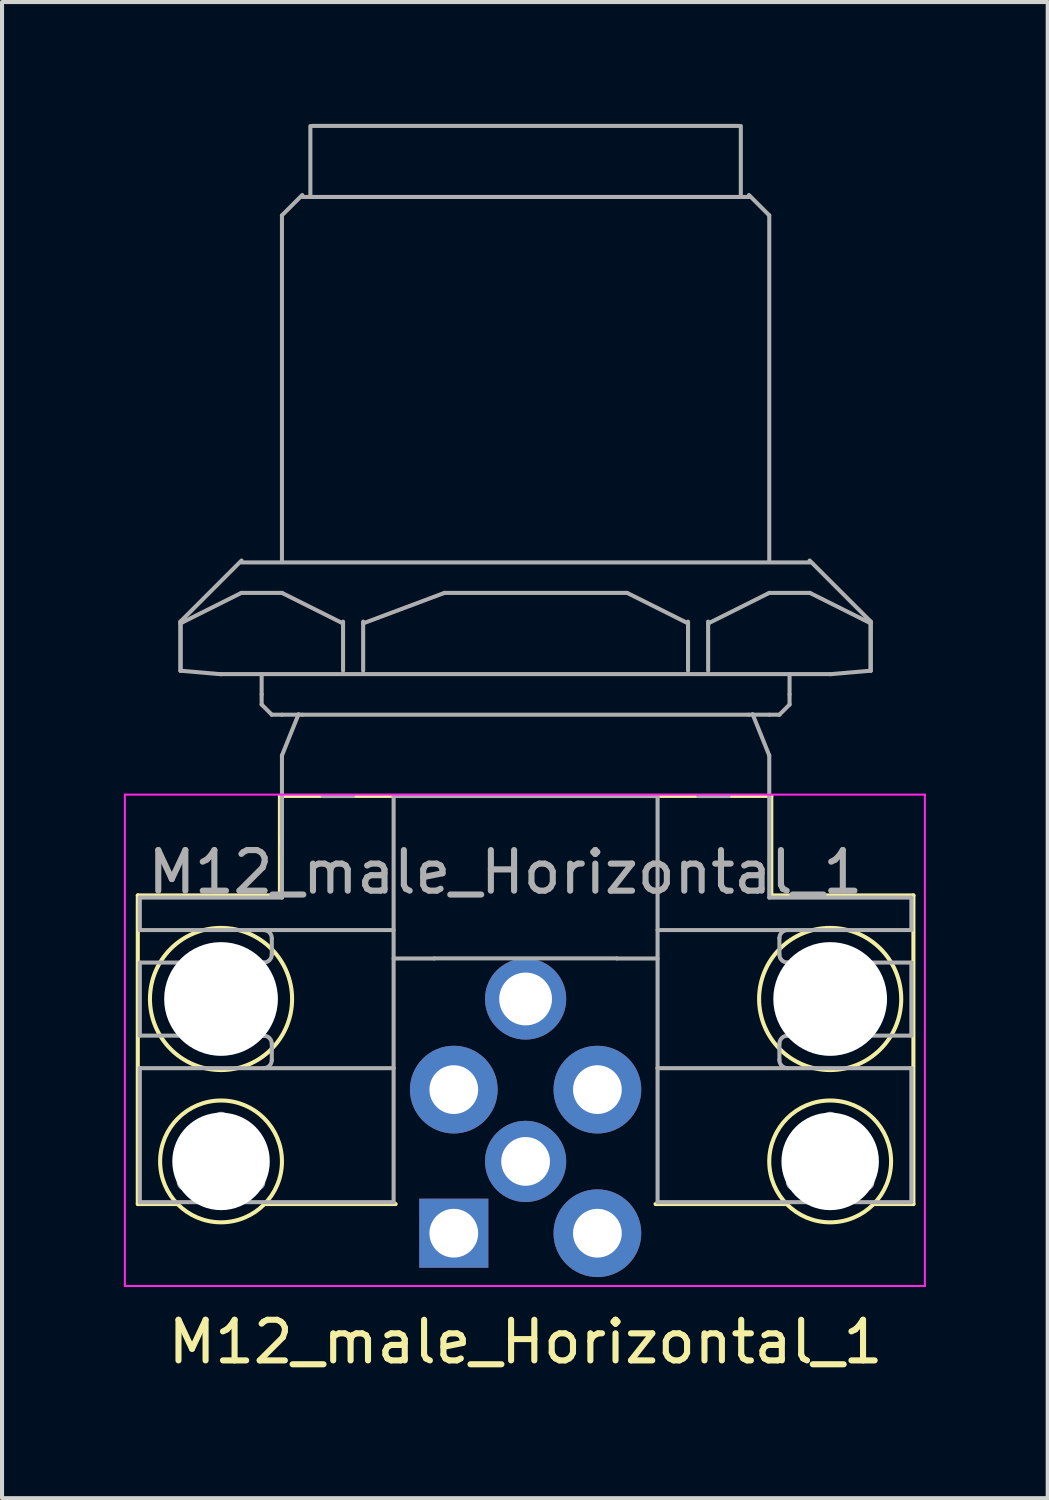
<source format=kicad_pcb>
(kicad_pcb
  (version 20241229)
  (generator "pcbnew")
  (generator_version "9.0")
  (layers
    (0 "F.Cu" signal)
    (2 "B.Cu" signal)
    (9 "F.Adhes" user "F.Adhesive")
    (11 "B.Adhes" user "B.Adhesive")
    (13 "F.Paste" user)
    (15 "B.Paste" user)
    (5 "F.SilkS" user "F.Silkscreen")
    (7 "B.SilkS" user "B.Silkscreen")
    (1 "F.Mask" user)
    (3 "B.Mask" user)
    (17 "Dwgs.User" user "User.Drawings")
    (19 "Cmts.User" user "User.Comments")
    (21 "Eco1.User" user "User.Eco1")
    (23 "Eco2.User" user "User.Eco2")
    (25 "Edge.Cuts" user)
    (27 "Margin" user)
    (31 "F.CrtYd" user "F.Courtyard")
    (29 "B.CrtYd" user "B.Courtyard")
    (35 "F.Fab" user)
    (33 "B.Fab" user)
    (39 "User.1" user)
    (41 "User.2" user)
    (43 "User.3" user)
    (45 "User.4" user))
  (footprint "M12_male_Horizontal_1"
    (layer "F.Cu")
    (at 8.125 27.318)
    (property "Reference" "M12_male_Horizontal_1" (at 1.768 2.677 0) (layer "F.SilkS") (effects (font (size 1 1) (thickness 0.15))))
    (attr through_hole)
    (fp_line (start -7.782 -8.318) (end -7.782 -0.718) (stroke (width 0.1) (type solid)) (layer "F.SilkS"))
    (fp_line (start -7.782 -0.718) (end -6.832 -0.718) (stroke (width 0.1) (type solid)) (layer "F.SilkS"))
    (fp_line (start -4.282 -10.768) (end -4.282 -8.318) (stroke (width 0.1) (type solid)) (layer "F.SilkS"))
    (fp_line (start -4.282 -10.768) (end 7.818 -10.768) (stroke (width 0.1) (type solid)) (layer "F.SilkS"))
    (fp_line (start -4.282 -8.318) (end -7.782 -8.318) (stroke (width 0.1) (type solid)) (layer "F.SilkS"))
    (fp_line (start -1.432 -0.718) (end -4.632 -0.718) (stroke (width 0.1) (type solid)) (layer "F.SilkS"))
    (fp_line (start 4.968 -0.718) (end 8.168 -0.718) (stroke (width 0.1) (type solid)) (layer "F.SilkS"))
    (fp_line (start 7.818 -10.768) (end 7.818 -8.318) (stroke (width 0.1) (type solid)) (layer "F.SilkS"))
    (fp_line (start 7.818 -8.318) (end 11.318 -8.318) (stroke (width 0.1) (type solid)) (layer "F.SilkS"))
    (fp_line (start 11.318 -8.318) (end 11.318 -0.718) (stroke (width 0.1) (type solid)) (layer "F.SilkS"))
    (fp_line (start 11.318 -0.718) (end 10.368 -0.718) (stroke (width 0.1) (type solid)) (layer "F.SilkS"))
    (fp_circle (center -5.732 -5.768) (end -5.732 -7.518) (stroke (width 0.1) (type solid)) (fill no) (layer "F.SilkS"))
    (fp_circle (center -5.732 -1.768) (end -5.732 -3.268) (stroke (width 0.1) (type solid)) (fill no) (layer "F.SilkS"))
    (fp_circle (center 9.268 -5.768) (end 9.268 -7.518) (stroke (width 0.1) (type solid)) (fill no) (layer "F.SilkS"))
    (fp_circle (center 9.268 -1.768) (end 9.268 -3.268) (stroke (width 0.1) (type solid)) (fill no) (layer "F.SilkS"))
    (fp_line (start -8.1 -10.8) (end 11.6 -10.8) (stroke (width 0.05) (type solid)) (layer "F.CrtYd"))
    (fp_line (start -8.1 1.3) (end -8.1 -10.8) (stroke (width 0.05) (type solid)) (layer "F.CrtYd"))
    (fp_line (start 11.6 -10.8) (end 11.6 1.3) (stroke (width 0.05) (type solid)) (layer "F.CrtYd"))
    (fp_line (start 11.6 1.3) (end -8.1 1.3) (stroke (width 0.05) (type solid)) (layer "F.CrtYd"))
    (fp_line (start -7.732 -8.265) (end -7.732 -7.465) (stroke (width 0.1) (type solid)) (layer "F.Fab"))
    (fp_line (start -7.732 -8.265) (end -4.232 -8.265) (stroke (width 0.1) (type solid)) (layer "F.Fab"))
    (fp_line (start -7.732 -7.465) (end -1.482 -7.465) (stroke (width 0.1) (type solid)) (layer "F.Fab"))
    (fp_line (start -7.732 -6.665) (end -7.732 -4.865) (stroke (width 0.1) (type solid)) (layer "F.Fab"))
    (fp_line (start -7.732 -4.865) (end -4.916 -4.865) (stroke (width 0.1) (type solid)) (layer "F.Fab"))
    (fp_line (start -7.732 -4.065) (end -7.732 -0.765) (stroke (width 0.1) (type solid)) (layer "F.Fab"))
    (fp_line (start -7.732 -0.765) (end -5.732 -0.765) (stroke (width 0.1) (type solid)) (layer "F.Fab"))
    (fp_line (start -6.732 -15.06) (end -6.732 -13.852) (stroke (width 0.1) (type solid)) (layer "F.Fab"))
    (fp_line (start -6.732 -15.018) (end -5.232 -15.768) (stroke (width 0.1) (type solid)) (layer "F.Fab"))
    (fp_line (start -6.727 -15.06) (end -6.727 -13.852) (stroke (width 0.1) (type solid)) (layer "F.Fab"))
    (fp_line (start -5.732 -13.768) (end 9.268 -13.768) (stroke (width 0.1) (type solid)) (layer "F.Fab"))
    (fp_line (start -5.732 -13.765) (end -6.732 -13.852) (stroke (width 0.1) (type solid)) (layer "F.Fab"))
    (fp_line (start -5.732 -0.765) (end -1.482 -0.765) (stroke (width 0.1) (type solid)) (layer "F.Fab"))
    (fp_line (start -5.232 -16.518) (end 8.768 -16.518) (stroke (width 0.1) (type solid)) (layer "F.Fab"))
    (fp_line (start -5.232 -15.768) (end -4.232 -15.768) (stroke (width 0.1) (type solid)) (layer "F.Fab"))
    (fp_line (start -5.227 -16.565) (end -6.732 -15.06) (stroke (width 0.1) (type solid)) (layer "F.Fab"))
    (fp_line (start -4.916 -6.665) (end -7.732 -6.665) (stroke (width 0.1) (type solid)) (layer "F.Fab"))
    (fp_line (start -4.916 -4.865) (end -4.682 -4.865) (stroke (width 0.1) (type solid)) (layer "F.Fab"))
    (fp_line (start -4.732 -13.268) (end -4.732 -13.768) (stroke (width 0.1) (type solid)) (layer "F.Fab"))
    (fp_line (start -4.732 -13.018) (end -4.732 -13.268) (stroke (width 0.1) (type solid)) (layer "F.Fab"))
    (fp_line (start -4.682 -6.665) (end -4.916 -6.665) (stroke (width 0.1) (type solid)) (layer "F.Fab"))
    (fp_line (start -4.482 -12.768) (end -4.732 -13.018) (stroke (width 0.1) (type solid)) (layer "F.Fab"))
    (fp_line (start -4.482 -6.865) (end -4.482 -7.265) (stroke (width 0.1) (type solid)) (layer "F.Fab"))
    (fp_line (start -4.482 -4.265) (end -4.482 -4.665) (stroke (width 0.1) (type solid)) (layer "F.Fab"))
    (fp_line (start -4.232 -16.565) (end -4.232 -25.065) (stroke (width 0.1) (type solid)) (layer "F.Fab"))
    (fp_line (start -4.232 -12.768) (end -4.482 -12.768) (stroke (width 0.1) (type solid)) (layer "F.Fab"))
    (fp_line (start -4.232 -10.765) (end -4.232 -8.265) (stroke (width 0.1) (type solid)) (layer "F.Fab"))
    (fp_line (start -4.232 -9.765) (end -4.232 -11.765) (stroke (width 0.1) (type solid)) (layer "F.Fab"))
    (fp_line (start -4.232 -9.578) (end -4.232 -9.319) (stroke (width 0.1) (type solid)) (layer "F.Fab"))
    (fp_line (start -3.822 -12.782) (end -4.232 -11.765) (stroke (width 0.1) (type solid)) (layer "F.Fab"))
    (fp_line (start -3.732 -25.565) (end -4.232 -25.065) (stroke (width 0.1) (type solid)) (layer "F.Fab"))
    (fp_line (start -3.732 -25.518) (end 7.268 -25.518) (stroke (width 0.1) (type solid)) (layer "F.Fab"))
    (fp_line (start -3.732 -12.768) (end -4.232 -12.768) (stroke (width 0.1) (type solid)) (layer "F.Fab"))
    (fp_line (start -3.732 -12.768) (end 7.268 -12.768) (stroke (width 0.1) (type solid)) (layer "F.Fab"))
    (fp_line (start -3.532 -25.565) (end -3.532 -27.265) (stroke (width 0.1) (type solid)) (layer "F.Fab"))
    (fp_line (start -3.482 -27.268) (end 7.018 -27.268) (stroke (width 0.1) (type solid)) (layer "F.Fab"))
    (fp_line (start -2.732 -15.018) (end -4.232 -15.768) (stroke (width 0.1) (type solid)) (layer "F.Fab"))
    (fp_line (start -2.727 -15.06) (end -2.727 -13.852) (stroke (width 0.1) (type solid)) (layer "F.Fab"))
    (fp_line (start -2.482 -10.765) (end -3.232 -10.765) (stroke (width 0.1) (type solid)) (layer "F.Fab"))
    (fp_line (start -2.232 -15.06) (end -2.232 -13.852) (stroke (width 0.1) (type solid)) (layer "F.Fab"))
    (fp_line (start -2.232 -15.018) (end -0.232 -15.768) (stroke (width 0.1) (type solid)) (layer "F.Fab"))
    (fp_line (start -1.482 -10.765) (end -1.482 -4.065) (stroke (width 0.1) (type solid)) (layer "F.Fab"))
    (fp_line (start -1.482 -10.765) (end 5.018 -10.765) (stroke (width 0.1) (type solid)) (layer "F.Fab"))
    (fp_line (start -1.482 -4.065) (end -7.732 -4.065) (stroke (width 0.1) (type solid)) (layer "F.Fab"))
    (fp_line (start -1.482 -4.065) (end -1.482 -0.765) (stroke (width 0.1) (type solid)) (layer "F.Fab"))
    (fp_line (start -0.482 -6.768) (end 4.018 -6.768) (stroke (width 0.1) (type solid)) (layer "F.Fab"))
    (fp_line (start -0.482 -6.765) (end -1.482 -6.765) (stroke (width 0.1) (type solid)) (layer "F.Fab"))
    (fp_line (start 4.268 -15.768) (end -0.232 -15.768) (stroke (width 0.1) (type solid)) (layer "F.Fab"))
    (fp_line (start 5.018 -7.465) (end 11.268 -7.465) (stroke (width 0.1) (type solid)) (layer "F.Fab"))
    (fp_line (start 5.018 -6.765) (end 4.018 -6.765) (stroke (width 0.1) (type solid)) (layer "F.Fab"))
    (fp_line (start 5.018 -4.065) (end 5.018 -10.765) (stroke (width 0.1) (type solid)) (layer "F.Fab"))
    (fp_line (start 5.018 -4.065) (end 5.018 -0.765) (stroke (width 0.1) (type solid)) (layer "F.Fab"))
    (fp_line (start 5.018 -0.765) (end 9.268 -0.765) (stroke (width 0.1) (type solid)) (layer "F.Fab"))
    (fp_line (start 5.768 -15.06) (end 5.768 -13.852) (stroke (width 0.1) (type solid)) (layer "F.Fab"))
    (fp_line (start 5.768 -15.018) (end 4.268 -15.768) (stroke (width 0.1) (type solid)) (layer "F.Fab"))
    (fp_line (start 6.018 -10.765) (end 6.768 -10.765) (stroke (width 0.1) (type solid)) (layer "F.Fab"))
    (fp_line (start 6.263 -15.06) (end 6.263 -13.852) (stroke (width 0.1) (type solid)) (layer "F.Fab"))
    (fp_line (start 6.268 -15.018) (end 7.768 -15.768) (stroke (width 0.1) (type solid)) (layer "F.Fab"))
    (fp_line (start 7.068 -25.565) (end 7.068 -27.265) (stroke (width 0.1) (type solid)) (layer "F.Fab"))
    (fp_line (start 7.268 -25.565) (end 7.768 -25.065) (stroke (width 0.1) (type solid)) (layer "F.Fab"))
    (fp_line (start 7.268 -12.768) (end 7.768 -12.768) (stroke (width 0.1) (type solid)) (layer "F.Fab"))
    (fp_line (start 7.358 -12.782) (end 7.768 -11.765) (stroke (width 0.1) (type solid)) (layer "F.Fab"))
    (fp_line (start 7.768 -16.565) (end 7.768 -25.065) (stroke (width 0.1) (type solid)) (layer "F.Fab"))
    (fp_line (start 7.768 -12.768) (end 8.018 -12.768) (stroke (width 0.1) (type solid)) (layer "F.Fab"))
    (fp_line (start 7.768 -10.765) (end 7.768 -11.765) (stroke (width 0.1) (type solid)) (layer "F.Fab"))
    (fp_line (start 7.768 -8.265) (end 7.768 -10.765) (stroke (width 0.1) (type solid)) (layer "F.Fab"))
    (fp_line (start 7.768 -8.265) (end 11.268 -8.265) (stroke (width 0.1) (type solid)) (layer "F.Fab"))
    (fp_line (start 8.018 -12.768) (end 8.268 -13.018) (stroke (width 0.1) (type solid)) (layer "F.Fab"))
    (fp_line (start 8.018 -7.265) (end 8.018 -6.865) (stroke (width 0.1) (type solid)) (layer "F.Fab"))
    (fp_line (start 8.018 -4.665) (end 8.018 -4.265) (stroke (width 0.1) (type solid)) (layer "F.Fab"))
    (fp_line (start 8.218 -6.665) (end 8.451 -6.665) (stroke (width 0.1) (type solid)) (layer "F.Fab"))
    (fp_line (start 8.268 -13.268) (end 8.268 -13.768) (stroke (width 0.1) (type solid)) (layer "F.Fab"))
    (fp_line (start 8.268 -13.018) (end 8.268 -13.268) (stroke (width 0.1) (type solid)) (layer "F.Fab"))
    (fp_line (start 8.451 -6.665) (end 11.268 -6.665) (stroke (width 0.1) (type solid)) (layer "F.Fab"))
    (fp_line (start 8.451 -4.865) (end 8.218 -4.865) (stroke (width 0.1) (type solid)) (layer "F.Fab"))
    (fp_line (start 8.763 -16.565) (end 10.268 -15.06) (stroke (width 0.1) (type solid)) (layer "F.Fab"))
    (fp_line (start 8.768 -15.768) (end 7.768 -15.768) (stroke (width 0.1) (type solid)) (layer "F.Fab"))
    (fp_line (start 9.268 -13.765) (end 10.268 -13.852) (stroke (width 0.1) (type solid)) (layer "F.Fab"))
    (fp_line (start 9.268 -0.765) (end 11.268 -0.765) (stroke (width 0.1) (type solid)) (layer "F.Fab"))
    (fp_line (start 10.263 -15.06) (end 10.263 -13.852) (stroke (width 0.1) (type solid)) (layer "F.Fab"))
    (fp_line (start 10.268 -15.06) (end 10.268 -13.852) (stroke (width 0.1) (type solid)) (layer "F.Fab"))
    (fp_line (start 10.268 -15.018) (end 8.768 -15.768) (stroke (width 0.1) (type solid)) (layer "F.Fab"))
    (fp_line (start 11.268 -8.265) (end 11.268 -7.465) (stroke (width 0.1) (type solid)) (layer "F.Fab"))
    (fp_line (start 11.268 -6.665) (end 11.268 -4.865) (stroke (width 0.1) (type solid)) (layer "F.Fab"))
    (fp_line (start 11.268 -4.865) (end 8.451 -4.865) (stroke (width 0.1) (type solid)) (layer "F.Fab"))
    (fp_line (start 11.268 -4.065) (end 5.018 -4.065) (stroke (width 0.1) (type solid)) (layer "F.Fab"))
    (fp_line (start 11.268 -4.065) (end 11.268 -0.765) (stroke (width 0.1) (type solid)) (layer "F.Fab"))
    (fp_arc (start -6.672161 -1.423481) (mid -6.598258 -2.264851) (end -5.906562 -2.749539) (stroke (width 0.1) (type solid)) (layer "F.Fab"))
    (fp_arc (start -6.550185 -1.096585) (mid -6.762217 -1.203673) (end -6.672162 -1.423481) (stroke (width 0.1) (type solid)) (layer "F.Fab"))
    (fp_arc (start -6.497834 -1.121535) (mid -6.516399 -1.110179) (end -6.536229 -1.101214) (stroke (width 0.1) (type solid)) (layer "F.Fab"))
    (fp_arc (start -5.906562 -2.749539) (mid -5.907115 -2.771295) (end -5.904963 -2.792951) (stroke (width 0.1) (type solid)) (layer "F.Fab"))
    (fp_arc (start -5.901994 -2.807352) (mid -5.732233 -2.939852) (end -5.562472 -2.807352) (stroke (width 0.1) (type solid)) (layer "F.Fab"))
    (fp_arc (start -5.559503 -2.792951) (mid -5.557351 -2.771295) (end -5.557904 -2.749539) (stroke (width 0.1) (type solid)) (layer "F.Fab"))
    (fp_arc (start -5.557904 -2.74954) (mid -4.866207 -2.264852) (end -4.792304 -1.423481) (stroke (width 0.1) (type solid)) (layer "F.Fab"))
    (fp_arc (start -4.966633 -1.121535) (mid -5.732233 -0.764852) (end -6.497833 -1.121535) (stroke (width 0.1) (type solid)) (layer "F.Fab"))
    (fp_arc (start -4.928238 -1.101214) (mid -4.948069 -1.110178) (end -4.966633 -1.121535) (stroke (width 0.1) (type solid)) (layer "F.Fab"))
    (fp_arc (start -4.792305 -1.423481) (mid -4.773188 -1.413082) (end -4.755509 -1.40039) (stroke (width 0.1) (type solid)) (layer "F.Fab"))
    (fp_arc (start -4.744521 -1.390619) (mid -4.692899 -1.289124) (end -4.714653 -1.177352) (stroke (width 0.1) (type solid)) (layer "F.Fab"))
    (fp_arc (start -4.714653 -1.177351) (mid -4.800573 -1.102626) (end -4.914282 -1.096584) (stroke (width 0.1) (type solid)) (layer "F.Fab"))
    (fp_arc (start -4.682233 -7.464852) (mid -4.540812 -7.406273) (end -4.482233 -7.264852) (stroke (width 0.1) (type solid)) (layer "F.Fab"))
    (fp_arc (start -4.682233 -4.864852) (mid -4.540812 -4.806273) (end -4.482233 -4.664852) (stroke (width 0.1) (type solid)) (layer "F.Fab"))
    (fp_arc (start -4.482233 -6.864852) (mid -4.540812 -6.723431) (end -4.682233 -6.664852) (stroke (width 0.1) (type solid)) (layer "F.Fab"))
    (fp_arc (start -4.482233 -4.264852) (mid -4.540812 -4.123431) (end -4.682233 -4.064852) (stroke (width 0.1) (type solid)) (layer "F.Fab"))
    (fp_arc (start 8.017767 -7.264852) (mid 8.076346 -7.406273) (end 8.217767 -7.464852) (stroke (width 0.1) (type solid)) (layer "F.Fab"))
    (fp_arc (start 8.017767 -4.664852) (mid 8.076346 -4.806273) (end 8.217767 -4.864852) (stroke (width 0.1) (type solid)) (layer "F.Fab"))
    (fp_arc (start 8.217767 -6.664852) (mid 8.076346 -6.723431) (end 8.017767 -6.864852) (stroke (width 0.1) (type solid)) (layer "F.Fab"))
    (fp_arc (start 8.217767 -4.064852) (mid 8.076346 -4.123431) (end 8.017767 -4.264852) (stroke (width 0.1) (type solid)) (layer "F.Fab"))
    (fp_arc (start 8.291042 -1.40039) (mid 8.308721 -1.413082) (end 8.327838 -1.423481) (stroke (width 0.1) (type solid)) (layer "F.Fab"))
    (fp_arc (start 8.327839 -1.423481) (mid 8.401742 -2.264851) (end 9.093438 -2.749539) (stroke (width 0.1) (type solid)) (layer "F.Fab"))
    (fp_arc (start 8.449815 -1.096585) (mid 8.250187 -1.177352) (end 8.280055 -1.390619) (stroke (width 0.1) (type solid)) (layer "F.Fab"))
    (fp_arc (start 8.502166 -1.121535) (mid 8.483601 -1.110179) (end 8.463771 -1.101214) (stroke (width 0.1) (type solid)) (layer "F.Fab"))
    (fp_arc (start 9.093438 -2.749539) (mid 9.092885 -2.771295) (end 9.095037 -2.792951) (stroke (width 0.1) (type solid)) (layer "F.Fab"))
    (fp_arc (start 9.098006 -2.807352) (mid 9.267767 -2.939852) (end 9.437528 -2.807352) (stroke (width 0.1) (type solid)) (layer "F.Fab"))
    (fp_arc (start 9.440497 -2.792951) (mid 9.442649 -2.771295) (end 9.442096 -2.749539) (stroke (width 0.1) (type solid)) (layer "F.Fab"))
    (fp_arc (start 9.442096 -2.74954) (mid 10.133793 -2.264852) (end 10.207696 -1.423481) (stroke (width 0.1) (type solid)) (layer "F.Fab"))
    (fp_arc (start 10.033367 -1.121535) (mid 9.267767 -0.764852) (end 8.502167 -1.121535) (stroke (width 0.1) (type solid)) (layer "F.Fab"))
    (fp_arc (start 10.071762 -1.101214) (mid 10.051931 -1.110178) (end 10.033367 -1.121535) (stroke (width 0.1) (type solid)) (layer "F.Fab"))
    (fp_arc (start 10.207695 -1.423481) (mid 10.226812 -1.413082) (end 10.244491 -1.40039) (stroke (width 0.1) (type solid)) (layer "F.Fab"))
    (fp_arc (start 10.255479 -1.390619) (mid 10.307101 -1.289124) (end 10.285347 -1.177353) (stroke (width 0.1) (type solid)) (layer "F.Fab"))
    (fp_arc (start 10.285347 -1.177351) (mid 10.199427 -1.102626) (end 10.085718 -1.096584) (stroke (width 0.1) (type solid)) (layer "F.Fab"))
    (fp_circle (center 0 -3.535) (end -0.4 -3.535) (stroke (width 0.1) (type solid)) (fill no) (layer "F.Fab"))
    (fp_circle (center 0 -0.005) (end -0.4 -0.005) (stroke (width 0.1) (type solid)) (fill no) (layer "F.Fab"))
    (fp_circle (center 1.768 -1.765) (end 1.368 -1.765) (stroke (width 0.1) (type solid)) (fill no) (layer "F.Fab"))
    (fp_circle (center 3.536 -3.535) (end 3.136 -3.535) (stroke (width 0.1) (type solid)) (fill no) (layer "F.Fab"))
    (fp_circle (center 3.536 -0.005) (end 3.136 -0.005) (stroke (width 0.1) (type solid)) (fill no) (layer "F.Fab"))
    (fp_text user "${REFERENCE}" (at 1.27 -8.89 0) (layer "F.Fab") (effects (font (size 1 1) (thickness 0.15))))
    (pad "" np_thru_hole circle (at -5.732 -5.768) (size 2.8 2.8) (drill 2.8) (layers "*.Cu" "*.Mask"))
    (pad "" np_thru_hole circle (at -5.732 -1.768) (size 2.4 2.4) (drill 2.4) (layers "*.Cu" "*.Mask"))
    (pad "" np_thru_hole circle (at 9.268 -5.768) (size 2.8 2.8) (drill 2.8) (layers "*.Cu" "*.Mask"))
    (pad "" np_thru_hole circle (at 9.268 -1.768) (size 2.4 2.4) (drill 2.4) (layers "*.Cu" "*.Mask"))
    (pad "1" thru_hole rect (at 0 0) (size 1.7 1.7) (drill 1.2) (layers "*.Cu" "*.Mask"))
    (pad "2" thru_hole circle (at 3.536 0) (size 2.16 2.16) (drill 1.2) (layers "*.Cu" "*.Mask"))
    (pad "3" thru_hole circle (at 3.536 -3.536) (size 2.16 2.16) (drill 1.2) (layers "*.Cu" "*.Mask"))
    (pad "4" thru_hole circle (at 0 -3.536) (size 2.16 2.16) (drill 1.2) (layers "*.Cu" "*.Mask"))
    (pad "5" thru_hole circle (at 1.768 -1.768) (size 2 2) (drill 1.2) (layers "*.Cu" "*.Mask"))
    (pad "S" thru_hole circle (at 1.768 -5.768) (size 2 2) (drill 1.3) (layers "*.Cu" "*.Mask")))
  (gr_rect
    (start -3 -3)
    (end 22.75 33.843)
    (stroke (width 0.1) (type default))
    (fill no)
    (layer "Edge.Cuts")))
</source>
